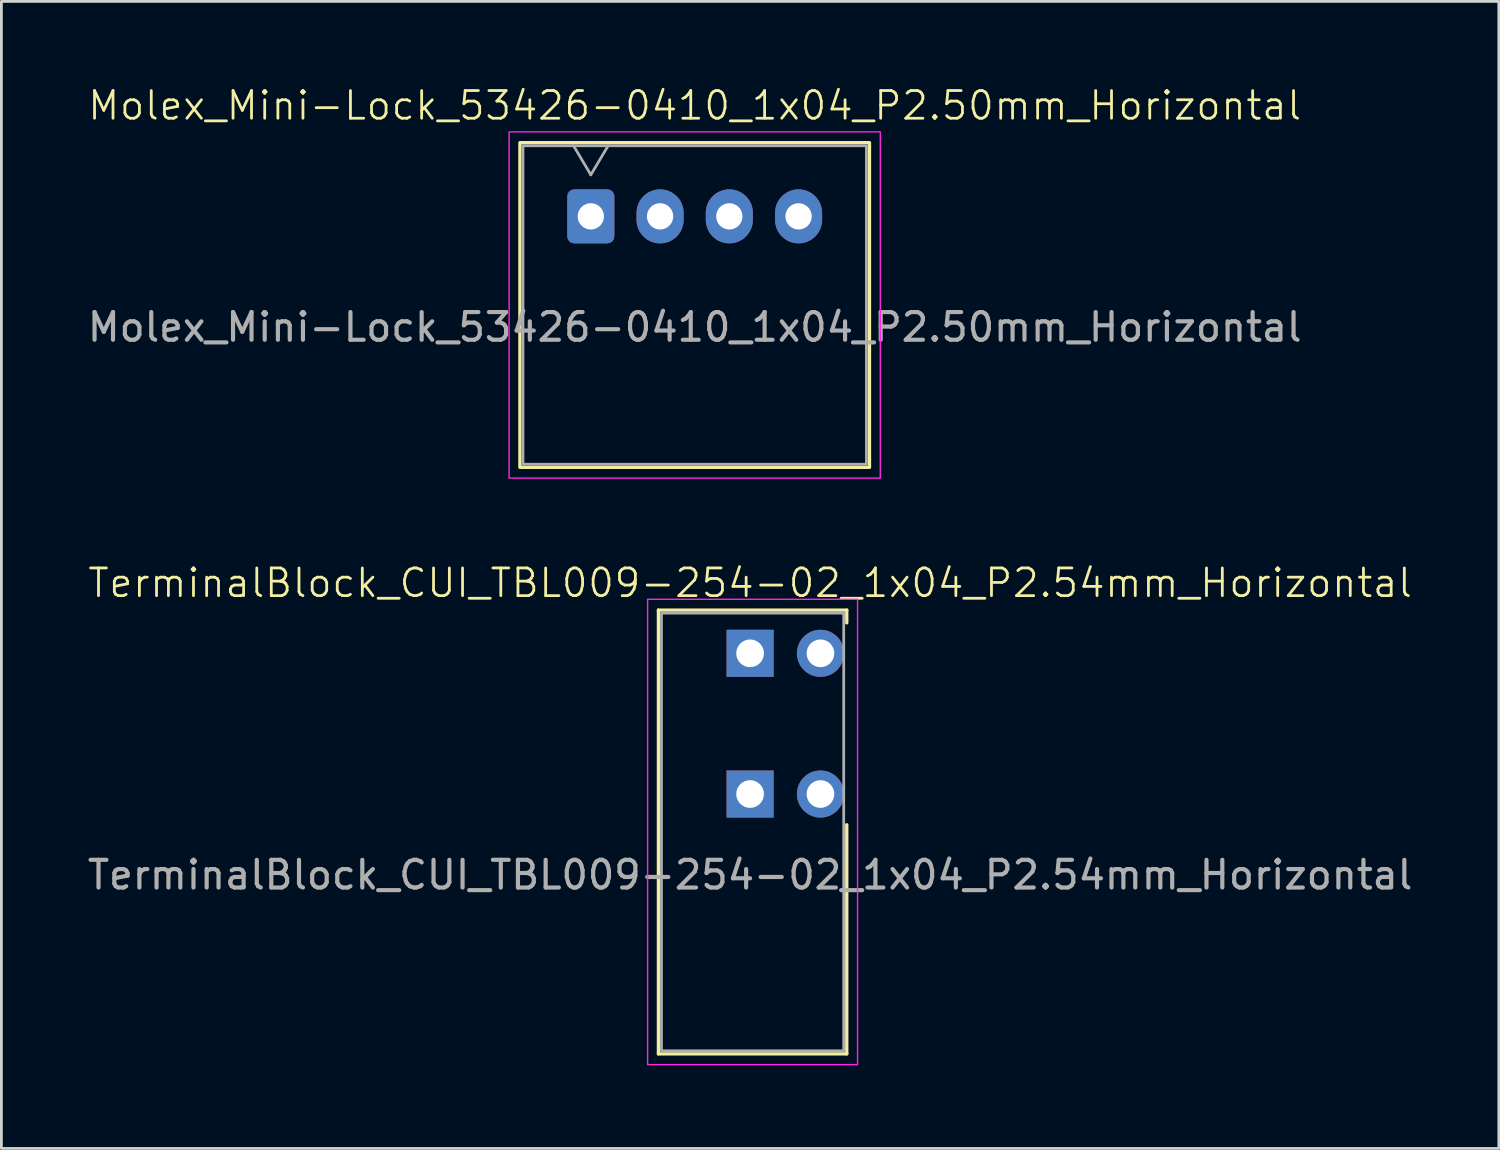
<source format=kicad_pcb>
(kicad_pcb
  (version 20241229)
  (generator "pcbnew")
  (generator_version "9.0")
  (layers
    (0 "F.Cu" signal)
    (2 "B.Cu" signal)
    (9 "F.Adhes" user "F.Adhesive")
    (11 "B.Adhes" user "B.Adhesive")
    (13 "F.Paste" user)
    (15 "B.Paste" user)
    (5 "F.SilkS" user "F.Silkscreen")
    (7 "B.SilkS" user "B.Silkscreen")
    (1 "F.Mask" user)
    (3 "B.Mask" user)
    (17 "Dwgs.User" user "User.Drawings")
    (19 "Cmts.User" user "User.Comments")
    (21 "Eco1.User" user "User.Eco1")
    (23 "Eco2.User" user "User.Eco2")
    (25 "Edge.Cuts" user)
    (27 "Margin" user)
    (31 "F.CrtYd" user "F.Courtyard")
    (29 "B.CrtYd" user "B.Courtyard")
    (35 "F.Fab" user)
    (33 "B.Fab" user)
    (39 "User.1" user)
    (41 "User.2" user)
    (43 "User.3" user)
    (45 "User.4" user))
  (footprint "TerminalBlock_CUI_TBL009-254-02_1x04_P2.54mm_Horizontal"
    (layer "F.Cu")
    (at 24.03 20.536)
    (property "Reference" "TerminalBlock_CUI_TBL009-254-02_1x04_P2.54mm_Horizontal" (at 0 -2.54 0) (unlocked yes) (layer "F.SilkS") (effects (font (size 1 1) (thickness 0.1))))
    (attr through_hole)
    (fp_line (start -3.31 -1.56) (end 3.49 -1.56) (stroke (width 0.12) (type default)) (layer "F.SilkS"))
    (fp_line (start -3.31 14.46) (end -3.31 -1.56) (stroke (width 0.12) (type default)) (layer "F.SilkS"))
    (fp_line (start 3.49 -1.56) (end 3.49 -1.1) (stroke (width 0.12) (type default)) (layer "F.SilkS"))
    (fp_line (start 3.49 14.46) (end -3.31 14.46) (stroke (width 0.12) (type default)) (layer "F.SilkS"))
    (fp_line (start 3.49 14.46) (end 3.49 6.19) (stroke (width 0.12) (type default)) (layer "F.SilkS"))
    (fp_rect (start -3.7 -1.95) (end 3.88 14.85) (stroke (width 0.05) (type default)) (fill no) (layer "F.CrtYd"))
    (fp_rect (start -3.2 -1.45) (end 3.38 14.35) (stroke (width 0.1) (type default)) (fill no) (layer "F.Fab"))
    (fp_text user "${REFERENCE}" (at 0 8 0) (unlocked yes) (layer "F.Fab") (effects (font (size 1 1) (thickness 0.15))))
    (pad "1" thru_hole rect (at 0 0) (size 1.7 1.7) (drill 1) (layers "*.Cu" "*.Mask"))
    (pad "1" thru_hole rect (at 0 5.08) (size 1.7 1.7) (drill 1) (layers "*.Cu" "*.Mask"))
    (pad "2" thru_hole circle (at 2.54 0) (size 1.7 1.7) (drill 1) (layers "*.Cu" "*.Mask"))
    (pad "2" thru_hole circle (at 2.54 5.08) (size 1.7 1.7) (drill 1) (layers "*.Cu" "*.Mask")))
  (footprint "Molex_Mini-Lock_53426-0410_1x04_P2.50mm_Horizontal"
    (layer "F.Cu")
    (at 18.28 4.761)
    (property "Reference" "Molex_Mini-Lock_53426-0410_1x04_P2.50mm_Horizontal" (at 3.75 -4 0) (unlocked yes) (layer "F.SilkS") (effects (font (size 1 1) (thickness 0.1))))
    (attr through_hole)
    (fp_rect (start -2.56 -2.66) (end 10.06 9.06) (stroke (width 0.12) (type default)) (fill no) (layer "F.SilkS"))
    (fp_rect (start -2.95 -3.05) (end 10.45 9.45) (stroke (width 0.05) (type default)) (fill no) (layer "F.CrtYd"))
    (fp_line (start 0 -1.5) (end -0.625 -2.55) (stroke (width 0.1) (type solid)) (layer "F.Fab"))
    (fp_line (start 0.625 -2.55) (end 0 -1.5) (stroke (width 0.1) (type solid)) (layer "F.Fab"))
    (fp_rect (start -2.45 -2.55) (end 9.95 8.95) (stroke (width 0.1) (type default)) (fill no) (layer "F.Fab"))
    (fp_text user "${REFERENCE}" (at 3.75 4 0) (unlocked yes) (layer "F.Fab") (effects (font (size 1 1) (thickness 0.15))))
    (pad "1" thru_hole roundrect (at 0 0) (size 1.7 1.95) (drill 0.95) (layers "*.Cu" "*.Mask") (roundrect_rratio 0.147))
    (pad "2" thru_hole oval (at 2.5 0) (size 1.7 1.95) (drill 0.95) (layers "*.Cu" "*.Mask"))
    (pad "3" thru_hole oval (at 5 0) (size 1.7 1.95) (drill 0.95) (layers "*.Cu" "*.Mask"))
    (pad "4" thru_hole oval (at 7.5 0) (size 1.7 1.95) (drill 0.95) (layers "*.Cu" "*.Mask")))
  (gr_rect
    (start -3 -3)
    (end 51.06 38.411)
    (stroke (width 0.1) (type default))
    (fill no)
    (layer "Edge.Cuts")))
</source>
